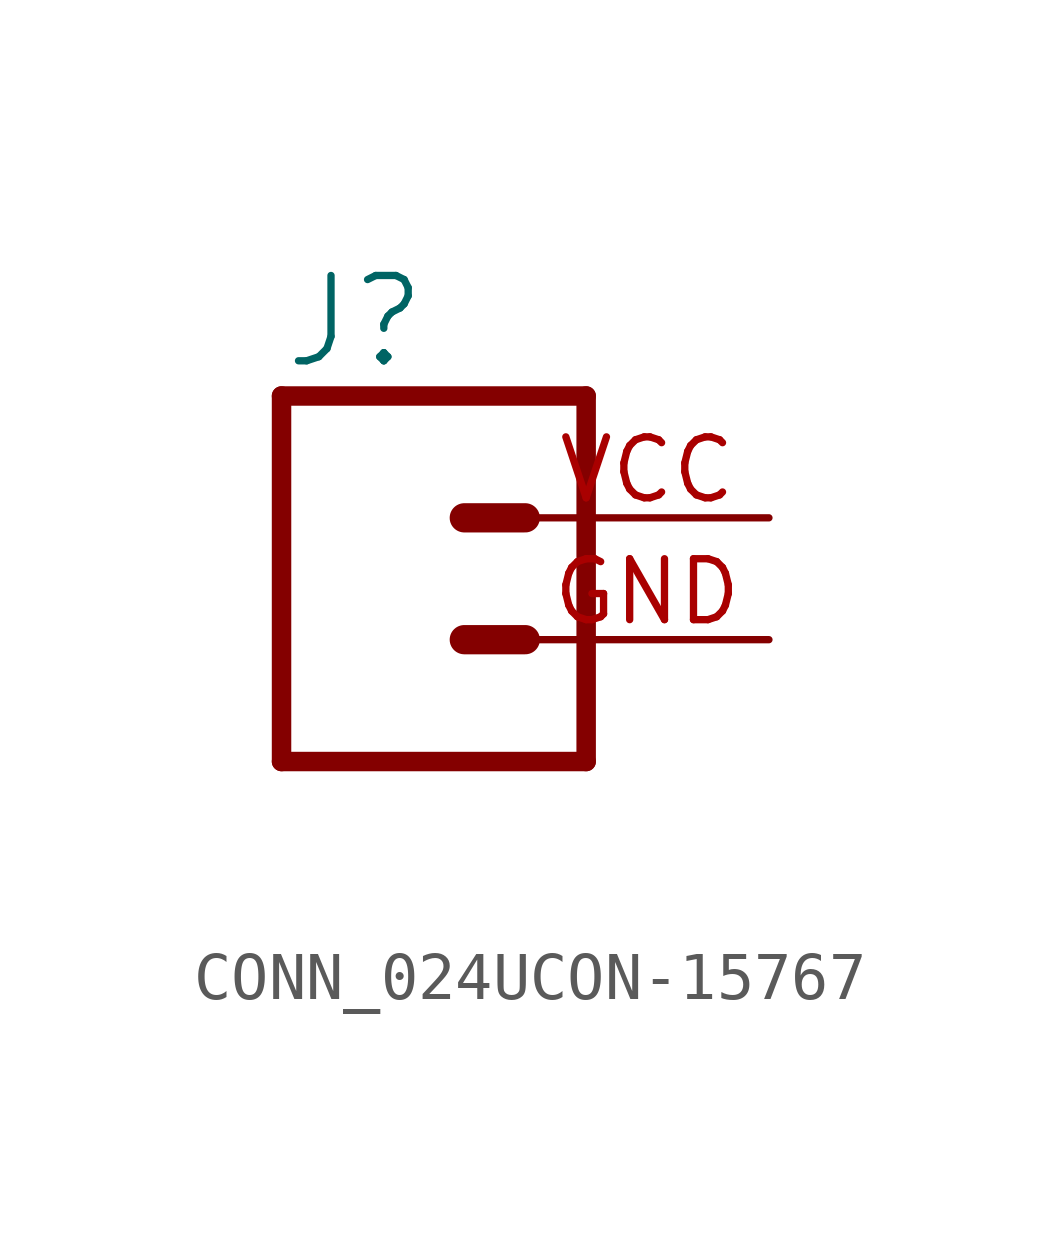
<source format=kicad_sym>
(kicad_symbol_lib
  (version 20220914)
  (generator kicad_symbol_editor)
  (symbol "CONN_024UCON-15767"
    (property "Reference" "J"
      (at -2.54 5.588 0)
      (effects (font (size 1.778 1.778)) (justify left bottom)))
    (property "Value" ""
      (at -2.54 -4.826 0)
      (effects (font (size 1.778 1.778)) (justify left bottom)))
    (property "ki_locked" ""
      (at 0 0 0)
      (effects (font (size 1.27 1.27))))
    (symbol "CONN_024UCON-15767_1_0"
      (polyline (pts (xy -2.54 5.08) (xy -2.54 -2.54)) (stroke (width 0.406) (type solid)) (fill (type none)))
      (polyline (pts (xy -2.54 5.08) (xy 3.81 5.08)) (stroke (width 0.406) (type solid)) (fill (type none)))
      (polyline (pts (xy 1.27 0) (xy 2.54 0)) (stroke (width 0.61) (type solid)) (fill (type none)))
      (polyline (pts (xy 1.27 2.54) (xy 2.54 2.54)) (stroke (width 0.61) (type solid)) (fill (type none)))
      (polyline (pts (xy 3.81 -2.54) (xy -2.54 -2.54)) (stroke (width 0.406) (type solid)) (fill (type none)))
      (polyline (pts (xy 3.81 -2.54) (xy 3.81 5.08)) (stroke (width 0.406) (type solid)) (fill (type none)))
      (pin passive line (at 7.62 0 180) (length 5.08) (name "1" (effects (font (size 0 0)))) (number "GND" (effects (font (size 1.27 1.27)))))
      (pin passive line (at 7.62 2.54 180) (length 5.08) (name "2" (effects (font (size 0 0)))) (number "VCC" (effects (font (size 1.27 1.27))))))))
</source>
